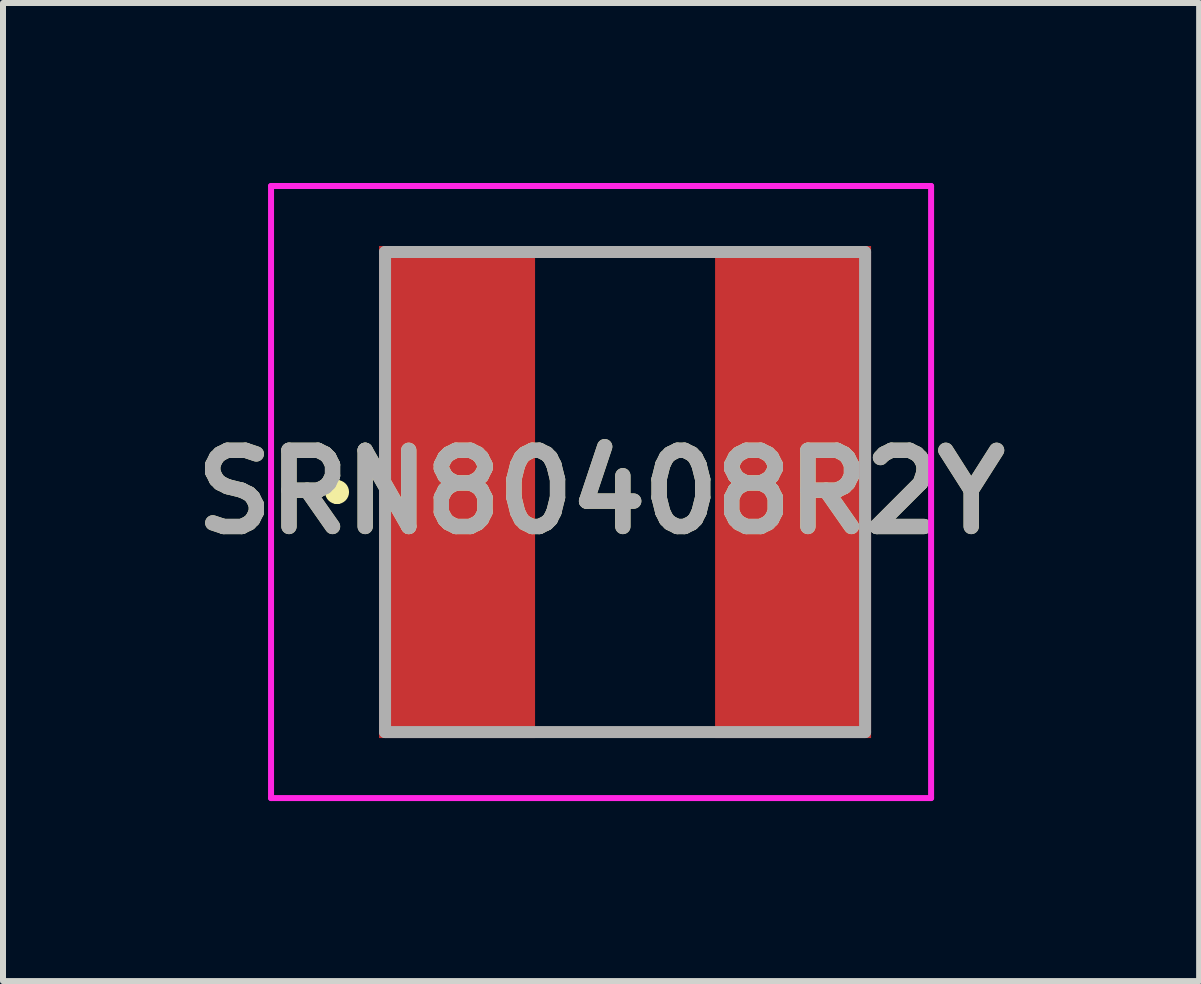
<source format=kicad_pcb>
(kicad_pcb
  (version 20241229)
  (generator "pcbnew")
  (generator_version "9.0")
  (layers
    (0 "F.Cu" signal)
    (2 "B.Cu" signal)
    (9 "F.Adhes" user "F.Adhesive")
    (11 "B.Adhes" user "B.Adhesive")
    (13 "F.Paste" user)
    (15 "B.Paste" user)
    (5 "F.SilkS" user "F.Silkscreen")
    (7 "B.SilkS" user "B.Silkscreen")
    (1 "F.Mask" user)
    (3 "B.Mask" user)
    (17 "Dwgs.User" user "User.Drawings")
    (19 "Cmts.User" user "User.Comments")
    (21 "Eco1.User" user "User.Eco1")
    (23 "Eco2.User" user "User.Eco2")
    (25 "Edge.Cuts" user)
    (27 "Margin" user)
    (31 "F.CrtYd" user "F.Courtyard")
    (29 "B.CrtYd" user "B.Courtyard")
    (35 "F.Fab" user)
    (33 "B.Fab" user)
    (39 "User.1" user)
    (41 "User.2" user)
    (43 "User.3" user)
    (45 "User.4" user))
  (footprint "SRN80408R2Y"
    (layer "F.Cu")
    (at 7.367 5.15)
    (property "Reference" "SRN80408R2Y" (at -0.4 0 0) (layer "F.SilkS") (effects (font (size 1.27 1.27) (thickness 0.254))))
    (attr smd)
    (fp_line (start -4.8 -0.1) (end -4.8 -0.1) (stroke (width 0.2) (type solid)) (layer "F.SilkS"))
    (fp_line (start -4.8 0.1) (end -4.8 0.1) (stroke (width 0.2) (type solid)) (layer "F.SilkS"))
    (fp_line (start -1 -4) (end 1 -4) (stroke (width 0.1) (type solid)) (layer "F.SilkS"))
    (fp_line (start -1 4) (end 1 4) (stroke (width 0.1) (type solid)) (layer "F.SilkS"))
    (fp_arc (start -4.8 -0.1) (mid -4.7 0) (end -4.8 0.1) (stroke (width 0.2) (type solid)) (layer "F.SilkS"))
    (fp_arc (start -4.8 0.1) (mid -4.9 0) (end -4.8 -0.1) (stroke (width 0.2) (type solid)) (layer "F.SilkS"))
    (fp_line (start -5.9 -5.1) (end 5.1 -5.1) (stroke (width 0.1) (type solid)) (layer "F.CrtYd"))
    (fp_line (start -5.9 5.1) (end -5.9 -5.1) (stroke (width 0.1) (type solid)) (layer "F.CrtYd"))
    (fp_line (start 5.1 -5.1) (end 5.1 5.1) (stroke (width 0.1) (type solid)) (layer "F.CrtYd"))
    (fp_line (start 5.1 5.1) (end -5.9 5.1) (stroke (width 0.1) (type solid)) (layer "F.CrtYd"))
    (fp_line (start -4 -4) (end 4 -4) (stroke (width 0.2) (type solid)) (layer "F.Fab"))
    (fp_line (start -4 4) (end -4 -4) (stroke (width 0.2) (type solid)) (layer "F.Fab"))
    (fp_line (start 4 -4) (end 4 4) (stroke (width 0.2) (type solid)) (layer "F.Fab"))
    (fp_line (start 4 4) (end -4 4) (stroke (width 0.2) (type solid)) (layer "F.Fab"))
    (fp_text user "${REFERENCE}" (at -0.4 0 0) (layer "F.Fab") (effects (font (size 1.27 1.27) (thickness 0.254))))
    (pad "1" smd rect (at -2.8 0) (size 2.6 8.2) (layers "F.Cu" "F.Mask" "F.Paste"))
    (pad "2" smd rect (at 2.8 0) (size 2.6 8.2) (layers "F.Cu" "F.Mask" "F.Paste")))
  (gr_rect
    (start -3 -3)
    (end 16.934 13.3)
    (stroke (width 0.1) (type default))
    (fill no)
    (layer "Edge.Cuts")))
</source>
